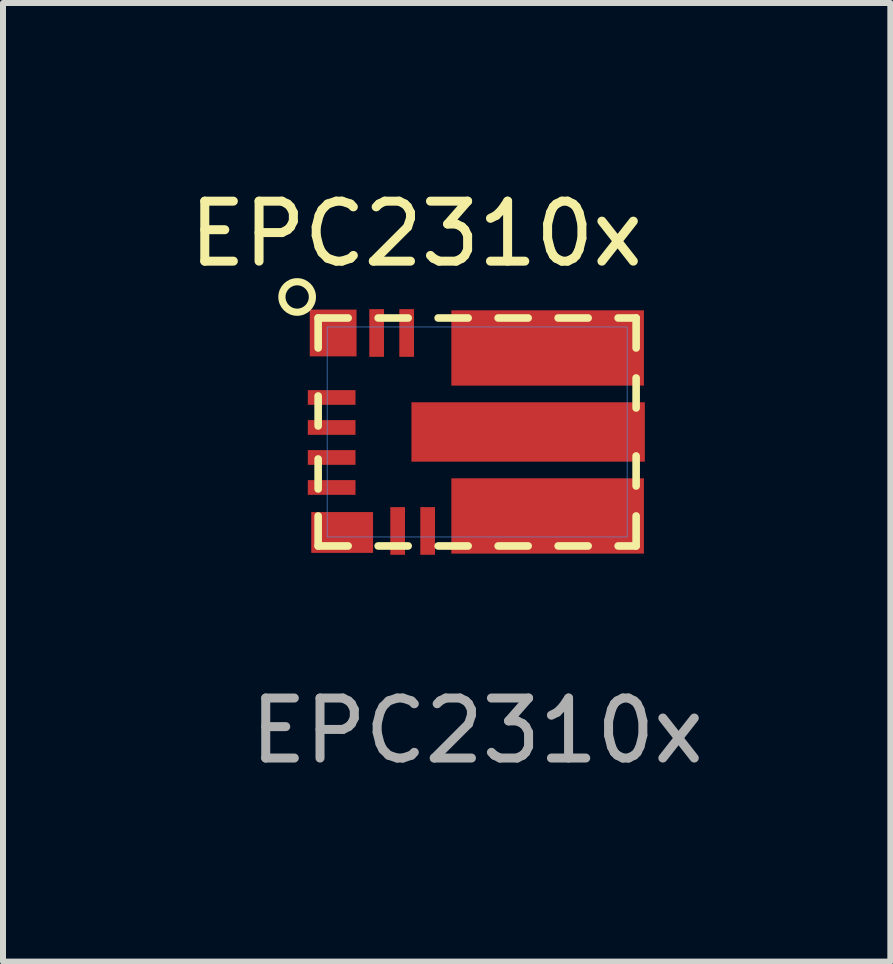
<source format=kicad_pcb>
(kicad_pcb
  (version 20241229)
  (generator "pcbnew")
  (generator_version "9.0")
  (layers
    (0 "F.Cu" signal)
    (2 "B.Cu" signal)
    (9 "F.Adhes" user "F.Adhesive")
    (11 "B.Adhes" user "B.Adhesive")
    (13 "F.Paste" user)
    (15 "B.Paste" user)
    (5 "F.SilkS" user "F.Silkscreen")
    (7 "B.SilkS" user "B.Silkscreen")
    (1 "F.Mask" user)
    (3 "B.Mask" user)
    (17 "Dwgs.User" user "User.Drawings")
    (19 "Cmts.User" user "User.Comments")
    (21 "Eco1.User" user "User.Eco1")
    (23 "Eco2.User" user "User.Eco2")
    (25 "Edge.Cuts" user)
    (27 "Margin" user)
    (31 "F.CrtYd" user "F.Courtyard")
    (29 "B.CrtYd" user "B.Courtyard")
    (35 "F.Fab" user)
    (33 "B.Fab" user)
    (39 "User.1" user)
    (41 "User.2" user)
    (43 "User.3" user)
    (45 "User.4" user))
  (footprint "EPC2310x"
    (layer "F.Cu")
    (at 4.903 4.15)
    (property "Reference" "EPC2310x" (at -1.016 -3.302 0) (unlocked yes) (layer "F.SilkS") (effects (font (size 1 1) (thickness 0.15))))
    (attr smd)
    (fp_rect (start -2.545 -0.44) (end -2.055 -0.71) (stroke (width 0) (type solid)) (fill yes) (layer "F.Mask"))
    (fp_rect (start -2.545 0.06) (end -2.055 -0.21) (stroke (width 0) (type solid)) (fill yes) (layer "F.Mask"))
    (fp_rect (start -2.545 0.56) (end -2.055 0.29) (stroke (width 0) (type solid)) (fill yes) (layer "F.Mask"))
    (fp_rect (start -2.545 1.06) (end -2.055 0.79) (stroke (width 0) (type solid)) (fill yes) (layer "F.Mask"))
    (fp_rect (start -1.54 -1.305) (end -1.81 -1.795) (stroke (width 0) (type solid)) (fill yes) (layer "F.Mask"))
    (fp_rect (start -1.46 1.305) (end -1.19 1.795) (stroke (width 0) (type solid)) (fill yes) (layer "F.Mask"))
    (fp_rect (start -1.04 -1.305) (end -1.31 -1.795) (stroke (width 0) (type solid)) (fill yes) (layer "F.Mask"))
    (fp_rect (start -0.96 1.305) (end -0.69 1.795) (stroke (width 0) (type solid)) (fill yes) (layer "F.Mask"))
    (fp_rect (start -0.809 -0.192) (end 2.5 0.192) (stroke (width 0) (type solid)) (fill yes) (layer "F.Mask"))
    (fp_poly (pts (xy -2.55 1.567) (xy -2.55 1.297) (xy -1.692 1.297) (xy -1.692 1.802) (xy -1.962 1.802) (xy -1.962 1.567)) (stroke (width 0) (type solid)) (fill yes) (layer "F.Mask"))
    (fp_poly (pts (xy -2.545 -1.56) (xy -2.545 -1.29) (xy -2.04 -1.29) (xy -2.04 -1.795) (xy -2.31 -1.795) (xy -2.31 -1.56)) (stroke (width 0) (type solid)) (fill yes) (layer "F.Mask"))
    (fp_poly (pts (xy -0.43 -1.055) (xy -0.43 -1.805) (xy -0.16 -1.805) (xy -0.16 -1.585) (xy 0.07 -1.585) (xy 0.07 -1.805) (xy 0.34 -1.805) (xy 0.34 -1.585) (xy 0.57 -1.585) (xy 0.57 -1.805) (xy 0.84 -1.805) (xy 0.84 -1.585) (xy 1.07 -1.585) (xy 1.07 -1.805) (xy 1.34 -1.805) (xy 1.34 -1.585) (xy 1.57 -1.585) (xy 1.57 -1.805) (xy 1.84 -1.805) (xy 1.84 -1.585) (xy 2.07 -1.585) (xy 2.07 -1.805) (xy 2.34 -1.805) (xy 2.34 -1.585) (xy 2.57 -1.585) (xy 2.57 -1.055)) (stroke (width 0) (type solid)) (fill yes) (layer "F.Mask"))
    (fp_poly (pts (xy -0.43 1.055) (xy -0.43 1.805) (xy -0.16 1.805) (xy -0.16 1.585) (xy 0.07 1.585) (xy 0.07 1.805) (xy 0.34 1.805) (xy 0.34 1.585) (xy 0.57 1.585) (xy 0.57 1.805) (xy 0.84 1.805) (xy 0.84 1.585) (xy 1.07 1.585) (xy 1.07 1.805) (xy 1.34 1.805) (xy 1.34 1.585) (xy 1.57 1.585) (xy 1.57 1.805) (xy 1.84 1.805) (xy 1.84 1.585) (xy 2.07 1.585) (xy 2.07 1.805) (xy 2.34 1.805) (xy 2.34 1.585) (xy 2.57 1.585) (xy 2.57 1.055)) (stroke (width 0) (type solid)) (fill yes) (layer "F.Mask"))
    (fp_line (start -2.65 -1.9) (end -2.65 -1.4) (stroke (width 0.127) (type default)) (layer "F.SilkS"))
    (fp_line (start -2.65 -1.9) (end -2.15 -1.9) (stroke (width 0.127) (type default)) (layer "F.SilkS"))
    (fp_line (start -2.65 -0.6) (end -2.65 -0.1) (stroke (width 0.127) (type default)) (layer "F.SilkS"))
    (fp_line (start -2.65 0.45) (end -2.65 0.95) (stroke (width 0.127) (type default)) (layer "F.SilkS"))
    (fp_line (start -2.65 1.4) (end -2.65 1.9) (stroke (width 0.127) (type default)) (layer "F.SilkS"))
    (fp_line (start -2.65 1.9) (end -2.15 1.9) (stroke (width 0.127) (type default)) (layer "F.SilkS"))
    (fp_line (start -1.65 -1.9) (end -1.15 -1.9) (stroke (width 0.127) (type default)) (layer "F.SilkS"))
    (fp_line (start -1.65 1.9) (end -1.15 1.9) (stroke (width 0.127) (type default)) (layer "F.SilkS"))
    (fp_line (start -0.65 -1.9) (end -0.15 -1.9) (stroke (width 0.127) (type default)) (layer "F.SilkS"))
    (fp_line (start -0.65 1.9) (end -0.15 1.9) (stroke (width 0.127) (type default)) (layer "F.SilkS"))
    (fp_line (start 0.35 -1.9) (end 0.85 -1.9) (stroke (width 0.127) (type default)) (layer "F.SilkS"))
    (fp_line (start 0.35 1.9) (end 0.85 1.9) (stroke (width 0.127) (type default)) (layer "F.SilkS"))
    (fp_line (start 1.35 -1.9) (end 1.85 -1.9) (stroke (width 0.127) (type default)) (layer "F.SilkS"))
    (fp_line (start 1.35 1.9) (end 1.85 1.9) (stroke (width 0.127) (type default)) (layer "F.SilkS"))
    (fp_line (start 2.35 -1.9) (end 2.65 -1.9) (stroke (width 0.127) (type default)) (layer "F.SilkS"))
    (fp_line (start 2.35 1.9) (end 2.65 1.9) (stroke (width 0.127) (type default)) (layer "F.SilkS"))
    (fp_line (start 2.65 -1.9) (end 2.65 -1.4) (stroke (width 0.127) (type default)) (layer "F.SilkS"))
    (fp_line (start 2.65 -0.9) (end 2.65 -0.4) (stroke (width 0.127) (type default)) (layer "F.SilkS"))
    (fp_line (start 2.65 0.4) (end 2.65 0.9) (stroke (width 0.127) (type default)) (layer "F.SilkS"))
    (fp_line (start 2.65 1.4) (end 2.65 1.9) (stroke (width 0.127) (type default)) (layer "F.SilkS"))
    (fp_circle (center -3 -2.25) (end -3 -2.504) (stroke (width 0.12) (type default)) (fill no) (layer "F.SilkS"))
    (fp_rect (start -2.5 -1.75) (end 2.5 1.75) (stroke (width 0.01) (type default)) (fill no) (layer "Cmts.User"))
    (fp_text user "${REFERENCE}" (at 0 4.98 0) (unlocked yes) (layer "F.Fab") (effects (font (size 1 1) (thickness 0.15))))
    (pad "1" smd rect (at -2.425 -0.575 90) (size 0.245 0.795) (layers "F.Cu"))
    (pad "2" smd rect (at -2.425 -0.075 90) (size 0.245 0.795) (layers "F.Cu"))
    (pad "3" smd rect (at -2.425 0.425 90) (size 0.245 0.795) (layers "F.Cu"))
    (pad "4" smd rect (at -2.425 0.925 90) (size 0.245 0.795) (layers "F.Cu"))
    (pad "5" smd rect (at -2.25 1.675) (size 1.03 0.68) (layers "F.Cu"))
    (pad "6" smd rect (at -1.325 1.65) (size 0.245 0.795) (layers "F.Cu"))
    (pad "7" smd rect (at -0.825 1.65) (size 0.245 0.795) (layers "F.Cu"))
    (pad "8" smd rect (at 1.175 1.4) (size 3.21 1.255) (layers "F.Cu"))
    (pad "9" smd rect (at 0.85 0) (size 3.89 0.99) (layers "F.Cu"))
    (pad "10" smd rect (at 1.175 -1.4) (size 3.21 1.255) (layers "F.Cu"))
    (pad "11" smd rect (at -1.175 -1.65) (size 0.245 0.795) (layers "F.Cu"))
    (pad "12" smd rect (at -1.675 -1.65) (size 0.245 0.795) (layers "F.Cu"))
    (pad "13" smd rect (at -2.4 -1.65) (size 0.78 0.78) (layers "F.Cu")))
  (gr_rect
    (start -3 -3)
    (end 11.79 12.978)
    (stroke (width 0.1) (type default))
    (fill no)
    (layer "Edge.Cuts")))
</source>
